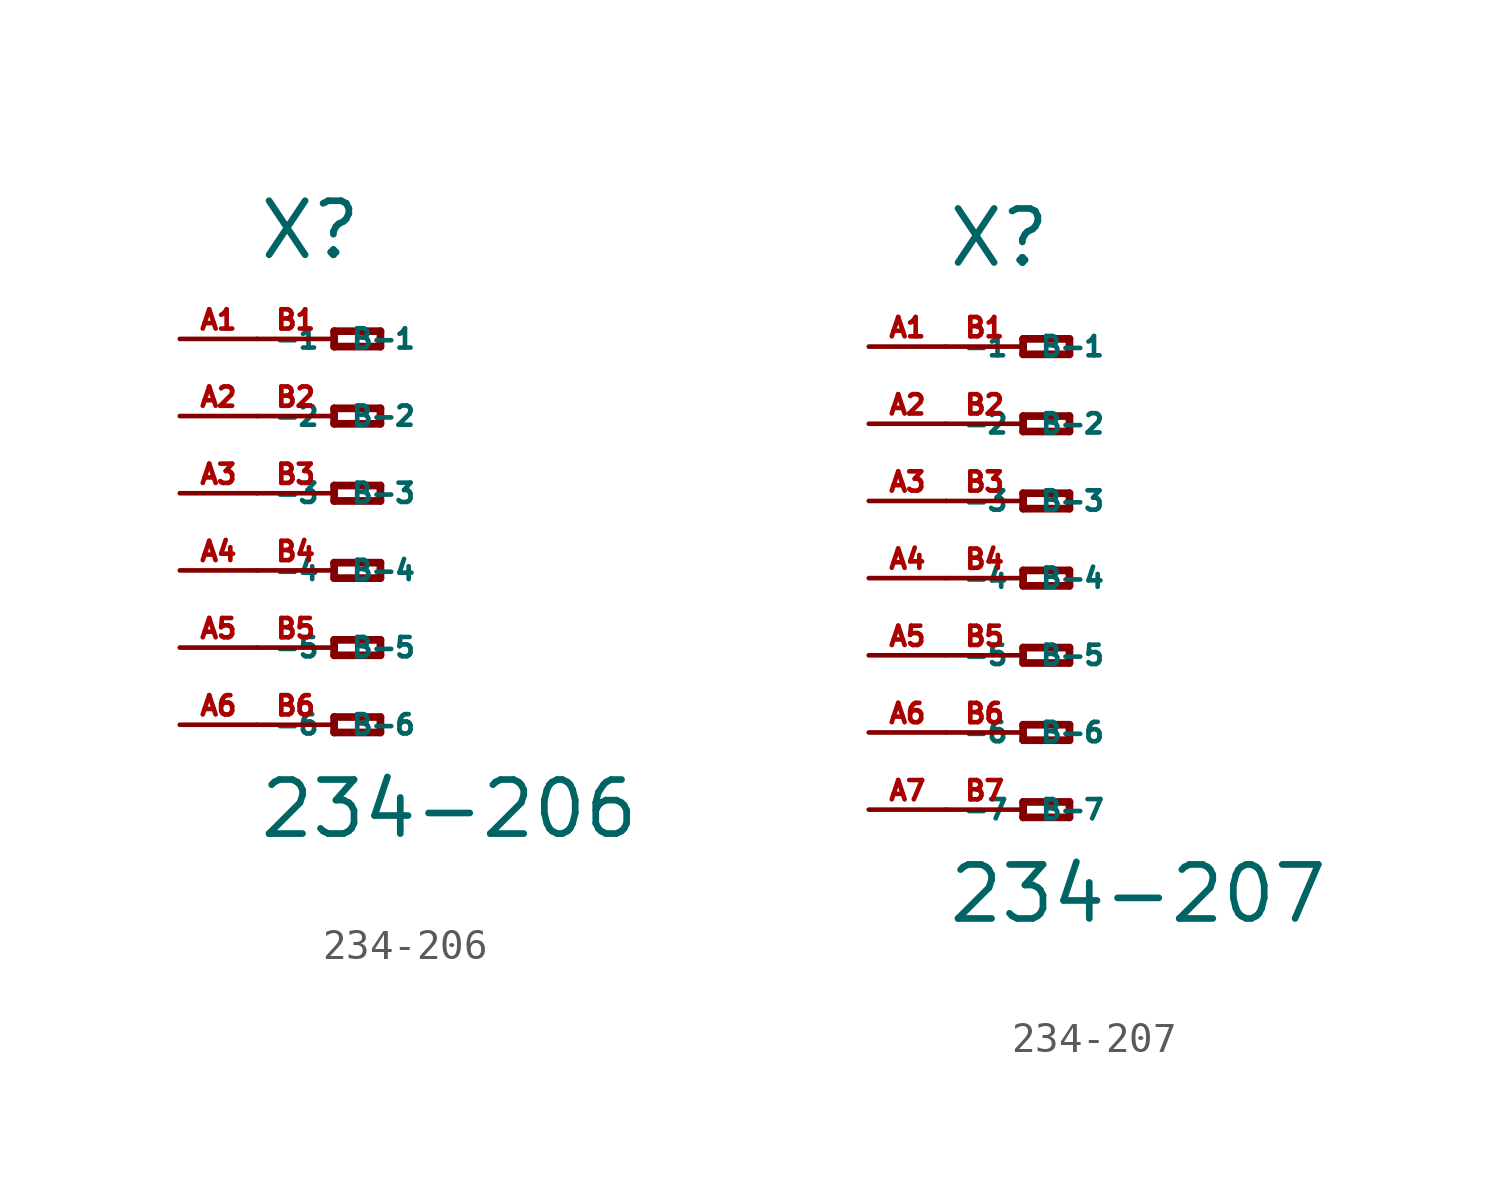
<source format=kicad_sym>
(kicad_symbol_lib
  (version 20220914)
  (generator Eagle2Kicad)
  (symbol "234-206"
    (property "Reference" "X"
      (at -5.08 7.62 0)
      (effects (font (size 1.778 1.778) (thickness 0.22)) (justify left bottom)))
    (property "Value" "234-206"
      (at -5.08 -11.43 0)
      (effects (font (size 1.778 1.778) (thickness 0.22)) (justify left bottom)))
    (polyline
      (pts (xy -2.54 5.334) (xy -2.54 4.826))
      (stroke (width 0.254) (type default))
      (fill (type none)))
    (polyline
      (pts (xy -2.54 4.826) (xy -1.016 4.826))
      (stroke (width 0.254) (type default))
      (fill (type none)))
    (polyline
      (pts (xy -1.016 4.826) (xy -1.016 5.334))
      (stroke (width 0.254) (type default))
      (fill (type none)))
    (polyline
      (pts (xy -1.016 5.334) (xy -2.54 5.334))
      (stroke (width 0.254) (type default))
      (fill (type none)))
    (polyline
      (pts (xy -2.54 2.794) (xy -2.54 2.286))
      (stroke (width 0.254) (type default))
      (fill (type none)))
    (polyline
      (pts (xy -2.54 2.286) (xy -1.016 2.286))
      (stroke (width 0.254) (type default))
      (fill (type none)))
    (polyline
      (pts (xy -1.016 2.286) (xy -1.016 2.794))
      (stroke (width 0.254) (type default))
      (fill (type none)))
    (polyline
      (pts (xy -1.016 2.794) (xy -2.54 2.794))
      (stroke (width 0.254) (type default))
      (fill (type none)))
    (polyline
      (pts (xy -2.54 0.254) (xy -2.54 -0.254))
      (stroke (width 0.254) (type default))
      (fill (type none)))
    (polyline
      (pts (xy -2.54 -0.254) (xy -1.016 -0.254))
      (stroke (width 0.254) (type default))
      (fill (type none)))
    (polyline
      (pts (xy -1.016 -0.254) (xy -1.016 0.254))
      (stroke (width 0.254) (type default))
      (fill (type none)))
    (polyline
      (pts (xy -1.016 0.254) (xy -2.54 0.254))
      (stroke (width 0.254) (type default))
      (fill (type none)))
    (polyline
      (pts (xy -2.54 -2.286) (xy -2.54 -2.794))
      (stroke (width 0.254) (type default))
      (fill (type none)))
    (polyline
      (pts (xy -2.54 -2.794) (xy -1.016 -2.794))
      (stroke (width 0.254) (type default))
      (fill (type none)))
    (polyline
      (pts (xy -1.016 -2.794) (xy -1.016 -2.286))
      (stroke (width 0.254) (type default))
      (fill (type none)))
    (polyline
      (pts (xy -1.016 -2.286) (xy -2.54 -2.286))
      (stroke (width 0.254) (type default))
      (fill (type none)))
    (polyline
      (pts (xy -2.54 -4.826) (xy -2.54 -5.334))
      (stroke (width 0.254) (type default))
      (fill (type none)))
    (polyline
      (pts (xy -2.54 -5.334) (xy -1.016 -5.334))
      (stroke (width 0.254) (type default))
      (fill (type none)))
    (polyline
      (pts (xy -1.016 -5.334) (xy -1.016 -4.826))
      (stroke (width 0.254) (type default))
      (fill (type none)))
    (polyline
      (pts (xy -1.016 -4.826) (xy -2.54 -4.826))
      (stroke (width 0.254) (type default))
      (fill (type none)))
    (polyline
      (pts (xy -2.54 -7.366) (xy -2.54 -7.874))
      (stroke (width 0.254) (type default))
      (fill (type none)))
    (polyline
      (pts (xy -2.54 -7.874) (xy -1.016 -7.874))
      (stroke (width 0.254) (type default))
      (fill (type none)))
    (polyline
      (pts (xy -1.016 -7.874) (xy -1.016 -7.366))
      (stroke (width 0.254) (type default))
      (fill (type none)))
    (polyline
      (pts (xy -1.016 -7.366) (xy -2.54 -7.366))
      (stroke (width 0.254) (type default))
      (fill (type none)))
    (pin passive line
      (at -7.62 5.08 0)
      (length 2.54)
      (name "-1" (effects (font (size 0.635 0.635) (thickness 0.08)) (justify left bottom)))
      (number "A1" (effects (font (size 0.635 0.635) (thickness 0.08)) (justify left bottom))))
    (pin passive line
      (at -7.62 2.54 0)
      (length 2.54)
      (name "-2" (effects (font (size 0.635 0.635) (thickness 0.08)) (justify left bottom)))
      (number "A2" (effects (font (size 0.635 0.635) (thickness 0.08)) (justify left bottom))))
    (pin passive line
      (at -7.62 0 0)
      (length 2.54)
      (name "-3" (effects (font (size 0.635 0.635) (thickness 0.08)) (justify left bottom)))
      (number "A3" (effects (font (size 0.635 0.635) (thickness 0.08)) (justify left bottom))))
    (pin passive line
      (at -7.62 -2.54 0)
      (length 2.54)
      (name "-4" (effects (font (size 0.635 0.635) (thickness 0.08)) (justify left bottom)))
      (number "A4" (effects (font (size 0.635 0.635) (thickness 0.08)) (justify left bottom))))
    (pin passive line
      (at -7.62 -5.08 0)
      (length 2.54)
      (name "-5" (effects (font (size 0.635 0.635) (thickness 0.08)) (justify left bottom)))
      (number "A5" (effects (font (size 0.635 0.635) (thickness 0.08)) (justify left bottom))))
    (pin passive line
      (at -7.62 -7.62 0)
      (length 2.54)
      (name "-6" (effects (font (size 0.635 0.635) (thickness 0.08)) (justify left bottom)))
      (number "A6" (effects (font (size 0.635 0.635) (thickness 0.08)) (justify left bottom))))
    (pin passive line
      (at -5.08 -7.62 0)
      (length 2.54)
      (name "B-6" (effects (font (size 0.635 0.635) (thickness 0.08)) (justify left bottom)))
      (number "B6" (effects (font (size 0.635 0.635) (thickness 0.08)) (justify left bottom))))
    (pin passive line
      (at -5.08 5.08 0)
      (length 2.54)
      (name "B-1" (effects (font (size 0.635 0.635) (thickness 0.08)) (justify left bottom)))
      (number "B1" (effects (font (size 0.635 0.635) (thickness 0.08)) (justify left bottom))))
    (pin passive line
      (at -5.08 2.54 0)
      (length 2.54)
      (name "B-2" (effects (font (size 0.635 0.635) (thickness 0.08)) (justify left bottom)))
      (number "B2" (effects (font (size 0.635 0.635) (thickness 0.08)) (justify left bottom))))
    (pin passive line
      (at -5.08 0 0)
      (length 2.54)
      (name "B-3" (effects (font (size 0.635 0.635) (thickness 0.08)) (justify left bottom)))
      (number "B3" (effects (font (size 0.635 0.635) (thickness 0.08)) (justify left bottom))))
    (pin passive line
      (at -5.08 -2.54 0)
      (length 2.54)
      (name "B-4" (effects (font (size 0.635 0.635) (thickness 0.08)) (justify left bottom)))
      (number "B4" (effects (font (size 0.635 0.635) (thickness 0.08)) (justify left bottom))))
    (pin passive line
      (at -5.08 -5.08 0)
      (length 2.54)
      (name "B-5" (effects (font (size 0.635 0.635) (thickness 0.08)) (justify left bottom)))
      (number "B5" (effects (font (size 0.635 0.635) (thickness 0.08)) (justify left bottom)))))
  (symbol "234-207"
    (property "Reference" "X"
      (at -5.08 10.16 0)
      (effects (font (size 1.778 1.778) (thickness 0.22)) (justify left bottom)))
    (property "Value" "234-207"
      (at -5.08 -11.43 0)
      (effects (font (size 1.778 1.778) (thickness 0.22)) (justify left bottom)))
    (polyline
      (pts (xy -2.54 7.874) (xy -2.54 7.366))
      (stroke (width 0.254) (type default))
      (fill (type none)))
    (polyline
      (pts (xy -2.54 7.366) (xy -1.016 7.366))
      (stroke (width 0.254) (type default))
      (fill (type none)))
    (polyline
      (pts (xy -1.016 7.366) (xy -1.016 7.874))
      (stroke (width 0.254) (type default))
      (fill (type none)))
    (polyline
      (pts (xy -1.016 7.874) (xy -2.54 7.874))
      (stroke (width 0.254) (type default))
      (fill (type none)))
    (polyline
      (pts (xy -2.54 5.334) (xy -2.54 4.826))
      (stroke (width 0.254) (type default))
      (fill (type none)))
    (polyline
      (pts (xy -2.54 4.826) (xy -1.016 4.826))
      (stroke (width 0.254) (type default))
      (fill (type none)))
    (polyline
      (pts (xy -1.016 4.826) (xy -1.016 5.334))
      (stroke (width 0.254) (type default))
      (fill (type none)))
    (polyline
      (pts (xy -1.016 5.334) (xy -2.54 5.334))
      (stroke (width 0.254) (type default))
      (fill (type none)))
    (polyline
      (pts (xy -2.54 2.794) (xy -2.54 2.286))
      (stroke (width 0.254) (type default))
      (fill (type none)))
    (polyline
      (pts (xy -2.54 2.286) (xy -1.016 2.286))
      (stroke (width 0.254) (type default))
      (fill (type none)))
    (polyline
      (pts (xy -1.016 2.286) (xy -1.016 2.794))
      (stroke (width 0.254) (type default))
      (fill (type none)))
    (polyline
      (pts (xy -1.016 2.794) (xy -2.54 2.794))
      (stroke (width 0.254) (type default))
      (fill (type none)))
    (polyline
      (pts (xy -2.54 0.254) (xy -2.54 -0.254))
      (stroke (width 0.254) (type default))
      (fill (type none)))
    (polyline
      (pts (xy -2.54 -0.254) (xy -1.016 -0.254))
      (stroke (width 0.254) (type default))
      (fill (type none)))
    (polyline
      (pts (xy -1.016 -0.254) (xy -1.016 0.254))
      (stroke (width 0.254) (type default))
      (fill (type none)))
    (polyline
      (pts (xy -1.016 0.254) (xy -2.54 0.254))
      (stroke (width 0.254) (type default))
      (fill (type none)))
    (polyline
      (pts (xy -2.54 -2.286) (xy -2.54 -2.794))
      (stroke (width 0.254) (type default))
      (fill (type none)))
    (polyline
      (pts (xy -2.54 -2.794) (xy -1.016 -2.794))
      (stroke (width 0.254) (type default))
      (fill (type none)))
    (polyline
      (pts (xy -1.016 -2.794) (xy -1.016 -2.286))
      (stroke (width 0.254) (type default))
      (fill (type none)))
    (polyline
      (pts (xy -1.016 -2.286) (xy -2.54 -2.286))
      (stroke (width 0.254) (type default))
      (fill (type none)))
    (polyline
      (pts (xy -2.54 -4.826) (xy -2.54 -5.334))
      (stroke (width 0.254) (type default))
      (fill (type none)))
    (polyline
      (pts (xy -2.54 -5.334) (xy -1.016 -5.334))
      (stroke (width 0.254) (type default))
      (fill (type none)))
    (polyline
      (pts (xy -1.016 -5.334) (xy -1.016 -4.826))
      (stroke (width 0.254) (type default))
      (fill (type none)))
    (polyline
      (pts (xy -1.016 -4.826) (xy -2.54 -4.826))
      (stroke (width 0.254) (type default))
      (fill (type none)))
    (polyline
      (pts (xy -2.54 -7.366) (xy -2.54 -7.874))
      (stroke (width 0.254) (type default))
      (fill (type none)))
    (polyline
      (pts (xy -2.54 -7.874) (xy -1.016 -7.874))
      (stroke (width 0.254) (type default))
      (fill (type none)))
    (polyline
      (pts (xy -1.016 -7.874) (xy -1.016 -7.366))
      (stroke (width 0.254) (type default))
      (fill (type none)))
    (polyline
      (pts (xy -1.016 -7.366) (xy -2.54 -7.366))
      (stroke (width 0.254) (type default))
      (fill (type none)))
    (pin passive line
      (at -7.62 7.62 0)
      (length 2.54)
      (name "-1" (effects (font (size 0.635 0.635) (thickness 0.08)) (justify left bottom)))
      (number "A1" (effects (font (size 0.635 0.635) (thickness 0.08)) (justify left bottom))))
    (pin passive line
      (at -7.62 5.08 0)
      (length 2.54)
      (name "-2" (effects (font (size 0.635 0.635) (thickness 0.08)) (justify left bottom)))
      (number "A2" (effects (font (size 0.635 0.635) (thickness 0.08)) (justify left bottom))))
    (pin passive line
      (at -7.62 2.54 0)
      (length 2.54)
      (name "-3" (effects (font (size 0.635 0.635) (thickness 0.08)) (justify left bottom)))
      (number "A3" (effects (font (size 0.635 0.635) (thickness 0.08)) (justify left bottom))))
    (pin passive line
      (at -7.62 0 0)
      (length 2.54)
      (name "-4" (effects (font (size 0.635 0.635) (thickness 0.08)) (justify left bottom)))
      (number "A4" (effects (font (size 0.635 0.635) (thickness 0.08)) (justify left bottom))))
    (pin passive line
      (at -7.62 -2.54 0)
      (length 2.54)
      (name "-5" (effects (font (size 0.635 0.635) (thickness 0.08)) (justify left bottom)))
      (number "A5" (effects (font (size 0.635 0.635) (thickness 0.08)) (justify left bottom))))
    (pin passive line
      (at -7.62 -5.08 0)
      (length 2.54)
      (name "-6" (effects (font (size 0.635 0.635) (thickness 0.08)) (justify left bottom)))
      (number "A6" (effects (font (size 0.635 0.635) (thickness 0.08)) (justify left bottom))))
    (pin passive line
      (at -7.62 -7.62 0)
      (length 2.54)
      (name "-7" (effects (font (size 0.635 0.635) (thickness 0.08)) (justify left bottom)))
      (number "A7" (effects (font (size 0.635 0.635) (thickness 0.08)) (justify left bottom))))
    (pin passive line
      (at -5.08 -7.62 0)
      (length 2.54)
      (name "B-7" (effects (font (size 0.635 0.635) (thickness 0.08)) (justify left bottom)))
      (number "B7" (effects (font (size 0.635 0.635) (thickness 0.08)) (justify left bottom))))
    (pin passive line
      (at -5.08 7.62 0)
      (length 2.54)
      (name "B-1" (effects (font (size 0.635 0.635) (thickness 0.08)) (justify left bottom)))
      (number "B1" (effects (font (size 0.635 0.635) (thickness 0.08)) (justify left bottom))))
    (pin passive line
      (at -5.08 5.08 0)
      (length 2.54)
      (name "B-2" (effects (font (size 0.635 0.635) (thickness 0.08)) (justify left bottom)))
      (number "B2" (effects (font (size 0.635 0.635) (thickness 0.08)) (justify left bottom))))
    (pin passive line
      (at -5.08 2.54 0)
      (length 2.54)
      (name "B-3" (effects (font (size 0.635 0.635) (thickness 0.08)) (justify left bottom)))
      (number "B3" (effects (font (size 0.635 0.635) (thickness 0.08)) (justify left bottom))))
    (pin passive line
      (at -5.08 0 0)
      (length 2.54)
      (name "B-4" (effects (font (size 0.635 0.635) (thickness 0.08)) (justify left bottom)))
      (number "B4" (effects (font (size 0.635 0.635) (thickness 0.08)) (justify left bottom))))
    (pin passive line
      (at -5.08 -2.54 0)
      (length 2.54)
      (name "B-5" (effects (font (size 0.635 0.635) (thickness 0.08)) (justify left bottom)))
      (number "B5" (effects (font (size 0.635 0.635) (thickness 0.08)) (justify left bottom))))
    (pin passive line
      (at -5.08 -5.08 0)
      (length 2.54)
      (name "B-6" (effects (font (size 0.635 0.635) (thickness 0.08)) (justify left bottom)))
      (number "B6" (effects (font (size 0.635 0.635) (thickness 0.08)) (justify left bottom))))))
</source>
